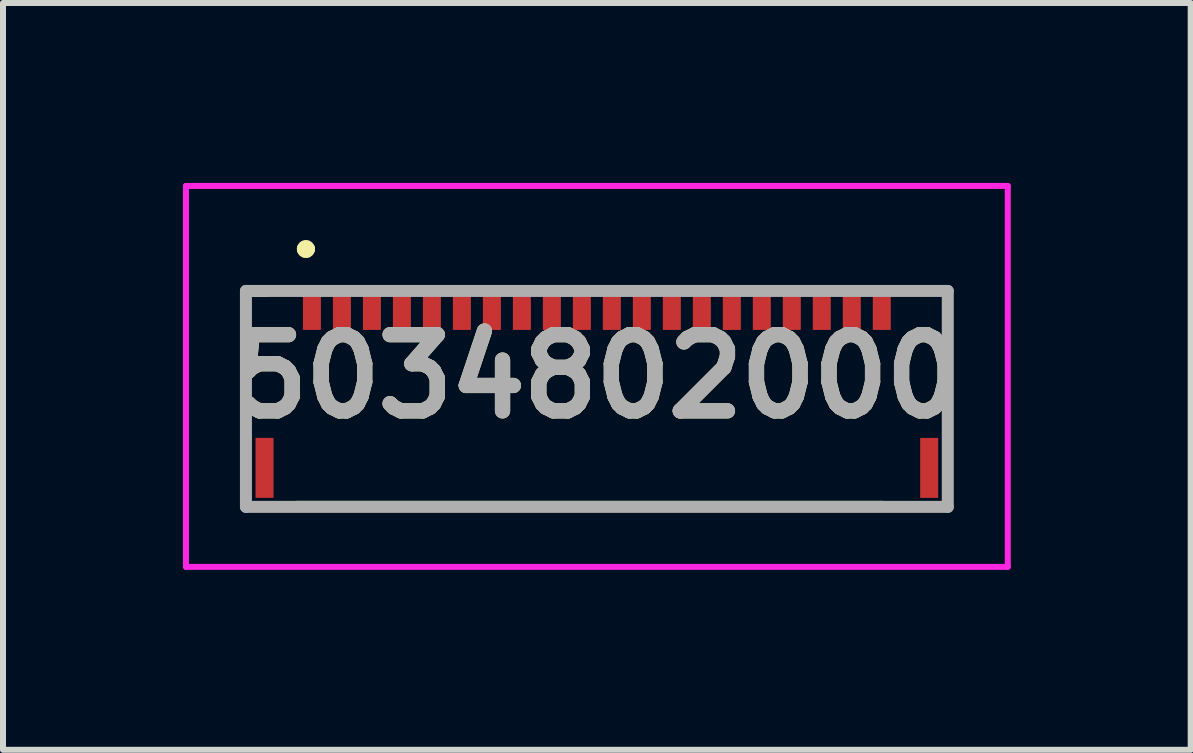
<source format=kicad_pcb>
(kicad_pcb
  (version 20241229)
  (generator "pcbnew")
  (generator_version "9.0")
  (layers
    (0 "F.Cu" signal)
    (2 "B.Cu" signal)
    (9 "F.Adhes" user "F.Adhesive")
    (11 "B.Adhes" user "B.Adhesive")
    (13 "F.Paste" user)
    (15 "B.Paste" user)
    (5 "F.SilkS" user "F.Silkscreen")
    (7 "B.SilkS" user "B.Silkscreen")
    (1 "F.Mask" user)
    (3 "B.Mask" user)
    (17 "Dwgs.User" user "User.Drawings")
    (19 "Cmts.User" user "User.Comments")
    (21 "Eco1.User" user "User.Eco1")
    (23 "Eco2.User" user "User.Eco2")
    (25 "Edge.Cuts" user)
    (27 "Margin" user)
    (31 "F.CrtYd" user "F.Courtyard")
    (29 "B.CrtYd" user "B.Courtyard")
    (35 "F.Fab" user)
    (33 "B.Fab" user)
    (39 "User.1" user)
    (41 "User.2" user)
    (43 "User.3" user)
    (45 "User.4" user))
  (footprint "5034802000"
    (layer "F.Cu")
    (at 6.9 3.6)
    (property "Reference" "5034802000" (at 0 -0.375 0) (layer "F.SilkS") (effects (font (size 1.27 1.27) (thickness 0.254))))
    (attr smd)
    (fp_line (start -5.85 -1.8) (end -5.85 -1.75) (stroke (width 0.1) (type solid)) (layer "F.SilkS"))
    (fp_line (start -5.85 -1.75) (end -5.85 -1.75) (stroke (width 0.1) (type solid)) (layer "F.SilkS"))
    (fp_line (start -5.85 -1.75) (end -5.85 0) (stroke (width 0.1) (type solid)) (layer "F.SilkS"))
    (fp_line (start -5.85 -1.75) (end -5.5 -1.75) (stroke (width 0.1) (type solid)) (layer "F.SilkS"))
    (fp_line (start -5.85 0) (end -5.85 -1.75) (stroke (width 0.1) (type solid)) (layer "F.SilkS"))
    (fp_line (start -5.85 0) (end -5.85 0) (stroke (width 0.1) (type solid)) (layer "F.SilkS"))
    (fp_line (start -5.5 -1.8) (end -5.85 -1.8) (stroke (width 0.1) (type solid)) (layer "F.SilkS"))
    (fp_line (start -5.5 -1.75) (end -5.5 -1.8) (stroke (width 0.1) (type solid)) (layer "F.SilkS"))
    (fp_line (start -5 1.75) (end 4.75 1.75) (stroke (width 0.1) (type solid)) (layer "F.SilkS"))
    (fp_line (start -5 1.8) (end -5 1.75) (stroke (width 0.1) (type solid)) (layer "F.SilkS"))
    (fp_line (start -4.9 -2.5) (end -4.9 -2.5) (stroke (width 0.2) (type solid)) (layer "F.SilkS"))
    (fp_line (start -4.9 -2.5) (end -4.9 -2.5) (stroke (width 0.2) (type solid)) (layer "F.SilkS"))
    (fp_line (start -4.8 -2.5) (end -4.8 -2.5) (stroke (width 0.2) (type solid)) (layer "F.SilkS"))
    (fp_line (start 4.75 1.75) (end 4.75 1.8) (stroke (width 0.1) (type solid)) (layer "F.SilkS"))
    (fp_line (start 4.75 1.8) (end -5 1.8) (stroke (width 0.1) (type solid)) (layer "F.SilkS"))
    (fp_line (start 5.5 -1.8) (end 5.5 -1.8) (stroke (width 0.1) (type solid)) (layer "F.SilkS"))
    (fp_line (start 5.5 -1.8) (end 5.85 -1.8) (stroke (width 0.1) (type solid)) (layer "F.SilkS"))
    (fp_line (start 5.85 -1.8) (end 5.5 -1.8) (stroke (width 0.1) (type solid)) (layer "F.SilkS"))
    (fp_line (start 5.85 -1.8) (end 5.85 -1.8) (stroke (width 0.1) (type solid)) (layer "F.SilkS"))
    (fp_line (start 5.85 -1.8) (end 5.85 -1.8) (stroke (width 0.1) (type solid)) (layer "F.SilkS"))
    (fp_line (start 5.85 -1.8) (end 5.85 0) (stroke (width 0.1) (type solid)) (layer "F.SilkS"))
    (fp_line (start 5.85 0) (end 5.85 -1.8) (stroke (width 0.1) (type solid)) (layer "F.SilkS"))
    (fp_line (start 5.85 0) (end 5.85 0) (stroke (width 0.1) (type solid)) (layer "F.SilkS"))
    (fp_arc (start -4.9 -2.5) (mid -4.85 -2.55) (end -4.8 -2.5) (stroke (width 0.2) (type solid)) (layer "F.SilkS"))
    (fp_arc (start -4.8 -2.5) (mid -4.85 -2.45) (end -4.9 -2.5) (stroke (width 0.2) (type solid)) (layer "F.SilkS"))
    (fp_arc (start -4.8 -2.5) (mid -4.85 -2.45) (end -4.9 -2.5) (stroke (width 0.2) (type solid)) (layer "F.SilkS"))
    (fp_line (start -6.85 -3.55) (end 6.85 -3.55) (stroke (width 0.1) (type solid)) (layer "F.CrtYd"))
    (fp_line (start -6.85 2.8) (end -6.85 -3.55) (stroke (width 0.1) (type solid)) (layer "F.CrtYd"))
    (fp_line (start 6.85 -3.55) (end 6.85 2.8) (stroke (width 0.1) (type solid)) (layer "F.CrtYd"))
    (fp_line (start 6.85 2.8) (end -6.85 2.8) (stroke (width 0.1) (type solid)) (layer "F.CrtYd"))
    (fp_line (start -5.85 -1.8) (end -5.85 1.8) (stroke (width 0.2) (type solid)) (layer "F.Fab"))
    (fp_line (start -5.85 1.8) (end 5.85 1.8) (stroke (width 0.2) (type solid)) (layer "F.Fab"))
    (fp_line (start 5.85 -1.8) (end -5.85 -1.8) (stroke (width 0.2) (type solid)) (layer "F.Fab"))
    (fp_line (start 5.85 1.8) (end 5.85 -1.8) (stroke (width 0.2) (type solid)) (layer "F.Fab"))
    (fp_text user "${REFERENCE}" (at 0 -0.375 0) (layer "F.Fab") (effects (font (size 1.27 1.27) (thickness 0.254))))
    (pad "1" smd rect (at -4.75 -1.5) (size 0.3 0.7) (layers "F.Cu" "F.Mask" "F.Paste"))
    (pad "2" smd rect (at -4.25 -1.5) (size 0.3 0.7) (layers "F.Cu" "F.Mask" "F.Paste"))
    (pad "3" smd rect (at -3.75 -1.5) (size 0.3 0.7) (layers "F.Cu" "F.Mask" "F.Paste"))
    (pad "4" smd rect (at -3.25 -1.5) (size 0.3 0.7) (layers "F.Cu" "F.Mask" "F.Paste"))
    (pad "5" smd rect (at -2.75 -1.5) (size 0.3 0.7) (layers "F.Cu" "F.Mask" "F.Paste"))
    (pad "6" smd rect (at -2.25 -1.5) (size 0.3 0.7) (layers "F.Cu" "F.Mask" "F.Paste"))
    (pad "7" smd rect (at -1.75 -1.5) (size 0.3 0.7) (layers "F.Cu" "F.Mask" "F.Paste"))
    (pad "8" smd rect (at -1.25 -1.5) (size 0.3 0.7) (layers "F.Cu" "F.Mask" "F.Paste"))
    (pad "9" smd rect (at -0.75 -1.5) (size 0.3 0.7) (layers "F.Cu" "F.Mask" "F.Paste"))
    (pad "10" smd rect (at -0.25 -1.5) (size 0.3 0.7) (layers "F.Cu" "F.Mask" "F.Paste"))
    (pad "11" smd rect (at 0.25 -1.5) (size 0.3 0.7) (layers "F.Cu" "F.Mask" "F.Paste"))
    (pad "12" smd rect (at 0.75 -1.5) (size 0.3 0.7) (layers "F.Cu" "F.Mask" "F.Paste"))
    (pad "13" smd rect (at 1.25 -1.5) (size 0.3 0.7) (layers "F.Cu" "F.Mask" "F.Paste"))
    (pad "14" smd rect (at 1.75 -1.5) (size 0.3 0.7) (layers "F.Cu" "F.Mask" "F.Paste"))
    (pad "15" smd rect (at 2.25 -1.5) (size 0.3 0.7) (layers "F.Cu" "F.Mask" "F.Paste"))
    (pad "16" smd rect (at 2.75 -1.5) (size 0.3 0.7) (layers "F.Cu" "F.Mask" "F.Paste"))
    (pad "17" smd rect (at 3.25 -1.5) (size 0.3 0.7) (layers "F.Cu" "F.Mask" "F.Paste"))
    (pad "18" smd rect (at 3.75 -1.5) (size 0.3 0.7) (layers "F.Cu" "F.Mask" "F.Paste"))
    (pad "19" smd rect (at 4.25 -1.5) (size 0.3 0.7) (layers "F.Cu" "F.Mask" "F.Paste"))
    (pad "20" smd rect (at 4.75 -1.5) (size 0.3 0.7) (layers "F.Cu" "F.Mask" "F.Paste"))
    (pad "MP1" smd rect (at -5.54 1.15) (size 0.3 1) (layers "F.Cu" "F.Mask" "F.Paste"))
    (pad "MP2" smd rect (at 5.54 1.15) (size 0.3 1) (layers "F.Cu" "F.Mask" "F.Paste")))
  (gr_rect
    (start -3 -3)
    (end 16.8 9.45)
    (stroke (width 0.1) (type default))
    (fill no)
    (layer "Edge.Cuts")))
</source>
